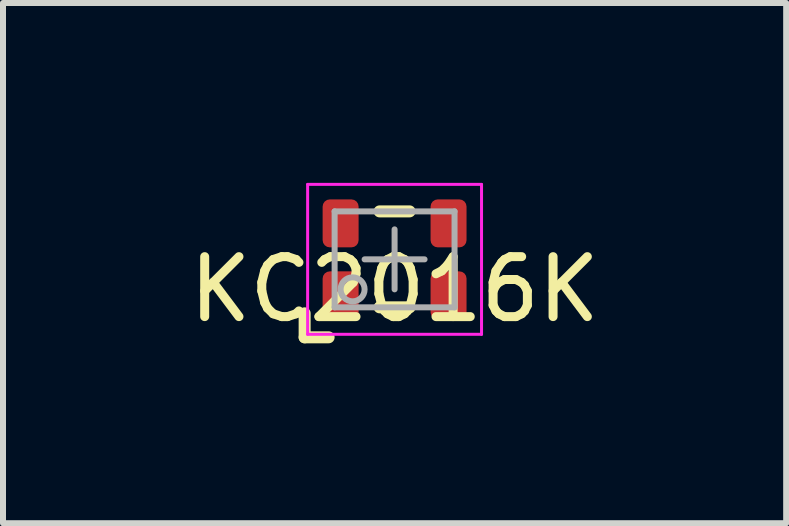
<source format=kicad_pcb>
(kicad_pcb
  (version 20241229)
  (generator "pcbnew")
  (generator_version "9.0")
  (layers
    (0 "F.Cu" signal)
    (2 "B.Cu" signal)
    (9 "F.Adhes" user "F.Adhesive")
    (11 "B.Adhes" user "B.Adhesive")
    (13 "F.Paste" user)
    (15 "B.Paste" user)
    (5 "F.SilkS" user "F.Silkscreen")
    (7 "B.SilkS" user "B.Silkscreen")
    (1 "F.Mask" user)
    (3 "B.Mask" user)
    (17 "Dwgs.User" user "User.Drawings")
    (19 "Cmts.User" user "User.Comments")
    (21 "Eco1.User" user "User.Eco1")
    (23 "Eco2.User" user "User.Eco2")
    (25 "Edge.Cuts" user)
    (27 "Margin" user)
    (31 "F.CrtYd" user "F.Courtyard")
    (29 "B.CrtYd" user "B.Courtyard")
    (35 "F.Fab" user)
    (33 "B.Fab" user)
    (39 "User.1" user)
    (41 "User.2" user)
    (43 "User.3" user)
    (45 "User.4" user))
  (footprint "KC2016K"
    (layer "F.Cu")
    (at 3.53 1.275)
    (property "Reference" "KC2016K" (at 0 0.5 0) (layer "F.SilkS") (effects (font (size 1 1) (thickness 0.15))))
    (attr smd)
    (fp_line (start -1.5 0.9) (end -1.5 1.3) (stroke (width 0.2) (type solid)) (layer "F.SilkS"))
    (fp_line (start -1.5 1.3) (end -1.1 1.3) (stroke (width 0.2) (type solid)) (layer "F.SilkS"))
    (fp_line (start -0.25 -0.8) (end 0.25 -0.8) (stroke (width 0.2) (type solid)) (layer "F.SilkS"))
    (fp_line (start -0.25 0.8) (end 0.25 0.8) (stroke (width 0.2) (type solid)) (layer "F.SilkS"))
    (fp_line (start -1.45 -1.25) (end 1.45 -1.25) (stroke (width 0.05) (type solid)) (layer "F.CrtYd"))
    (fp_line (start -1.45 1.25) (end -1.45 -1.25) (stroke (width 0.05) (type solid)) (layer "F.CrtYd"))
    (fp_line (start 1.45 -1.25) (end 1.45 1.25) (stroke (width 0.05) (type solid)) (layer "F.CrtYd"))
    (fp_line (start 1.45 1.25) (end -1.45 1.25) (stroke (width 0.05) (type solid)) (layer "F.CrtYd"))
    (fp_line (start -1 -0.8) (end 1 -0.8) (stroke (width 0.1) (type solid)) (layer "F.Fab"))
    (fp_line (start -1 0.8) (end -1 -0.8) (stroke (width 0.1) (type solid)) (layer "F.Fab"))
    (fp_line (start -0.5 0) (end 0.5 0) (stroke (width 0.1) (type solid)) (layer "F.Fab"))
    (fp_line (start 0 -0.5) (end 0 0.5) (stroke (width 0.1) (type solid)) (layer "F.Fab"))
    (fp_line (start 1 -0.8) (end 1 0.8) (stroke (width 0.1) (type solid)) (layer "F.Fab"))
    (fp_line (start 1 0.8) (end -1 0.8) (stroke (width 0.1) (type solid)) (layer "F.Fab"))
    (fp_circle (center -0.7 0.5) (end -0.5 0.5) (stroke (width 0.1) (type solid)) (fill no) (layer "F.Fab"))
    (pad "1" smd roundrect (at -0.9 0.6) (size 0.6 0.8) (layers "F.Cu" "F.Mask" "F.Paste") (roundrect_rratio 0.2))
    (pad "2" smd roundrect (at 0.9 0.6) (size 0.6 0.8) (layers "F.Cu" "F.Mask" "F.Paste") (roundrect_rratio 0.2))
    (pad "3" smd roundrect (at 0.9 -0.6) (size 0.6 0.8) (layers "F.Cu" "F.Mask" "F.Paste") (roundrect_rratio 0.2))
    (pad "4" smd roundrect (at -0.9 -0.6) (size 0.6 0.8) (layers "F.Cu" "F.Mask" "F.Paste") (roundrect_rratio 0.2)))
  (gr_rect
    (start -3 -3)
    (end 10.06 5.675)
    (stroke (width 0.1) (type default))
    (fill no)
    (layer "Edge.Cuts")))
</source>
